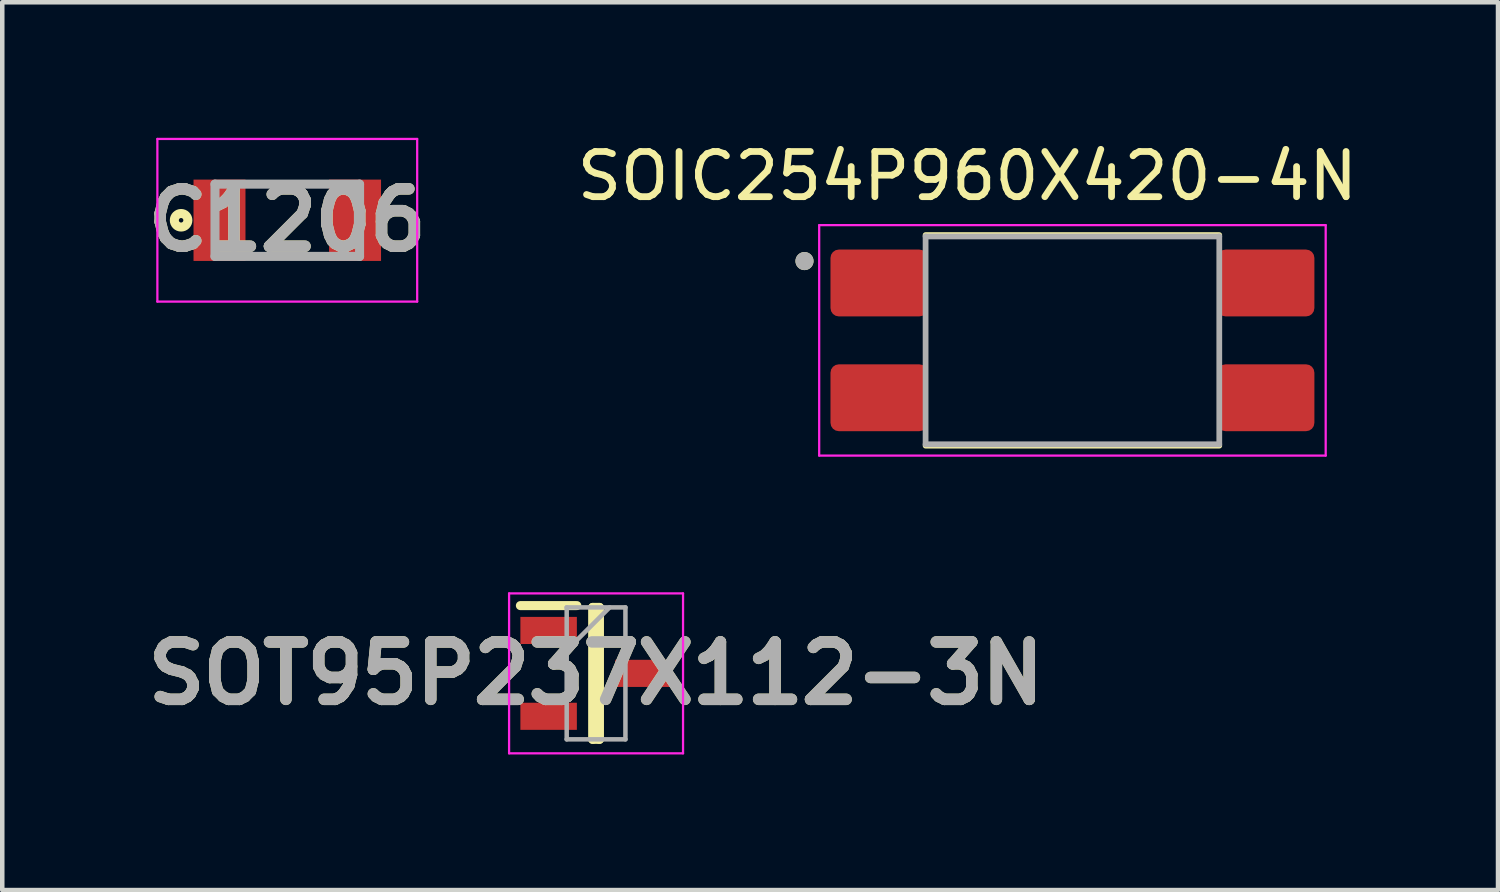
<source format=kicad_pcb>
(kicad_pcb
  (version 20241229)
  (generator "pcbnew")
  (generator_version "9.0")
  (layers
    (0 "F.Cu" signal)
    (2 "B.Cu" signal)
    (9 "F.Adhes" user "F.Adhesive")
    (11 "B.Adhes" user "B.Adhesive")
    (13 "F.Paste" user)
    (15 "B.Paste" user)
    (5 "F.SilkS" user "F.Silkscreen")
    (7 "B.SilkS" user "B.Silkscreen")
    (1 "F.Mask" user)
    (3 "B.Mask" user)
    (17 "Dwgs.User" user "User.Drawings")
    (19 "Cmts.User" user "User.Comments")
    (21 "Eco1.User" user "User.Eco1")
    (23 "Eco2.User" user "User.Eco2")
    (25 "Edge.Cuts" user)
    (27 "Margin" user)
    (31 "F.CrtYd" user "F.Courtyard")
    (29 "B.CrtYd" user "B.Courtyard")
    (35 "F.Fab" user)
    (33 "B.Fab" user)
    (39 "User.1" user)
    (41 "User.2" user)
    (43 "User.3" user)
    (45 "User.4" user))
  (footprint "C1206"
    (layer "F.Cu")
    (at 3.308 1.825)
    (property "Reference" "C1206" (at 0 0 0) (layer "F.SilkS") (effects (font (size 1.27 1.27) (thickness 0.254))))
    (attr smd)
    (fp_circle (center -2.35 0) (end -2.35 0.05) (stroke (width 0.2) (type solid)) (fill no) (layer "F.SilkS"))
    (fp_line (start -2.875 -1.8) (end 2.875 -1.8) (stroke (width 0.05) (type solid)) (layer "F.CrtYd"))
    (fp_line (start -2.875 1.8) (end -2.875 -1.8) (stroke (width 0.05) (type solid)) (layer "F.CrtYd"))
    (fp_line (start 2.875 -1.8) (end 2.875 1.8) (stroke (width 0.05) (type solid)) (layer "F.CrtYd"))
    (fp_line (start 2.875 1.8) (end -2.875 1.8) (stroke (width 0.05) (type solid)) (layer "F.CrtYd"))
    (fp_line (start -1.6 -0.8) (end 1.6 -0.8) (stroke (width 0.2) (type solid)) (layer "F.Fab"))
    (fp_line (start -1.6 0.8) (end -1.6 -0.8) (stroke (width 0.2) (type solid)) (layer "F.Fab"))
    (fp_line (start 1.6 -0.8) (end 1.6 0.8) (stroke (width 0.2) (type solid)) (layer "F.Fab"))
    (fp_line (start 1.6 0.8) (end -1.6 0.8) (stroke (width 0.2) (type solid)) (layer "F.Fab"))
    (fp_text user "${REFERENCE}" (at 0 0 0) (layer "F.Fab") (effects (font (size 1.27 1.27) (thickness 0.254))))
    (pad "1" smd rect (at -1.5 0) (size 1.15 1.8) (layers "F.Cu" "F.Mask" "F.Paste"))
    (pad "2" smd rect (at 1.5 0) (size 1.15 1.8) (layers "F.Cu" "F.Mask" "F.Paste")))
  (footprint "SOIC254P960X420-4N"
    (layer "F.Cu")
    (at 20.685 4.483)
    (property "Reference" "SOIC254P960X420-4N" (at -2.325 -3.635 0) (layer "F.SilkS") (effects (font (size 1 1) (thickness 0.15))))
    (attr smd)
    (fp_line (start -3.25 -2.33) (end 3.25 -2.33) (stroke (width 0.127) (type solid)) (layer "F.SilkS"))
    (fp_line (start -3.25 2.33) (end 3.25 2.33) (stroke (width 0.127) (type solid)) (layer "F.SilkS"))
    (fp_circle (center -5.93 -1.755) (end -5.83 -1.755) (stroke (width 0.2) (type solid)) (fill no) (layer "F.SilkS"))
    (fp_line (start -5.605 -2.55) (end -5.605 2.55) (stroke (width 0.05) (type solid)) (layer "F.CrtYd"))
    (fp_line (start -5.605 -2.55) (end 5.605 -2.55) (stroke (width 0.05) (type solid)) (layer "F.CrtYd"))
    (fp_line (start -5.605 2.55) (end 5.605 2.55) (stroke (width 0.05) (type solid)) (layer "F.CrtYd"))
    (fp_line (start 5.605 -2.55) (end 5.605 2.55) (stroke (width 0.05) (type solid)) (layer "F.CrtYd"))
    (fp_line (start -3.25 -2.3) (end -3.25 2.3) (stroke (width 0.127) (type solid)) (layer "F.Fab"))
    (fp_line (start -3.25 -2.3) (end 3.25 -2.3) (stroke (width 0.127) (type solid)) (layer "F.Fab"))
    (fp_line (start -3.25 2.3) (end 3.25 2.3) (stroke (width 0.127) (type solid)) (layer "F.Fab"))
    (fp_line (start 3.25 -2.3) (end 3.25 2.3) (stroke (width 0.127) (type solid)) (layer "F.Fab"))
    (fp_circle (center -5.93 -1.755) (end -5.83 -1.755) (stroke (width 0.2) (type solid)) (fill no) (layer "F.Fab"))
    (pad "1" smd roundrect (at -4.28 -1.27) (size 2.15 1.48) (layers "F.Cu" "F.Mask" "F.Paste") (roundrect_rratio 0.125))
    (pad "2" smd roundrect (at -4.28 1.27) (size 2.15 1.48) (layers "F.Cu" "F.Mask" "F.Paste") (roundrect_rratio 0.125))
    (pad "3" smd roundrect (at 4.28 1.27) (size 2.15 1.48) (layers "F.Cu" "F.Mask" "F.Paste") (roundrect_rratio 0.125))
    (pad "4" smd roundrect (at 4.28 -1.27) (size 2.15 1.48) (layers "F.Cu" "F.Mask" "F.Paste") (roundrect_rratio 0.125)))
  (footprint "SOT95P237X112-3N"
    (layer "F.Cu")
    (at 10.142 11.853)
    (property "Reference" "SOT95P237X112-3N" (at 0 0 0) (layer "F.SilkS") (effects (font (size 1.27 1.27) (thickness 0.254))))
    (attr smd)
    (fp_line (start -1.675 -1.5) (end -0.425 -1.5) (stroke (width 0.2) (type solid)) (layer "F.SilkS"))
    (fp_line (start -0.075 -1.46) (end 0.075 -1.46) (stroke (width 0.2) (type solid)) (layer "F.SilkS"))
    (fp_line (start -0.075 1.46) (end -0.075 -1.46) (stroke (width 0.2) (type solid)) (layer "F.SilkS"))
    (fp_line (start 0.075 -1.46) (end 0.075 1.46) (stroke (width 0.2) (type solid)) (layer "F.SilkS"))
    (fp_line (start 0.075 1.46) (end -0.075 1.46) (stroke (width 0.2) (type solid)) (layer "F.SilkS"))
    (fp_line (start -1.925 -1.77) (end 1.925 -1.77) (stroke (width 0.05) (type solid)) (layer "F.CrtYd"))
    (fp_line (start -1.925 1.77) (end -1.925 -1.77) (stroke (width 0.05) (type solid)) (layer "F.CrtYd"))
    (fp_line (start 1.925 -1.77) (end 1.925 1.77) (stroke (width 0.05) (type solid)) (layer "F.CrtYd"))
    (fp_line (start 1.925 1.77) (end -1.925 1.77) (stroke (width 0.05) (type solid)) (layer "F.CrtYd"))
    (fp_line (start -0.65 -1.46) (end 0.65 -1.46) (stroke (width 0.1) (type solid)) (layer "F.Fab"))
    (fp_line (start -0.65 -0.51) (end 0.3 -1.46) (stroke (width 0.1) (type solid)) (layer "F.Fab"))
    (fp_line (start -0.65 1.46) (end -0.65 -1.46) (stroke (width 0.1) (type solid)) (layer "F.Fab"))
    (fp_line (start 0.65 -1.46) (end 0.65 1.46) (stroke (width 0.1) (type solid)) (layer "F.Fab"))
    (fp_line (start 0.65 1.46) (end -0.65 1.46) (stroke (width 0.1) (type solid)) (layer "F.Fab"))
    (fp_text user "${REFERENCE}" (at 0 0 0) (layer "F.Fab") (effects (font (size 1.27 1.27) (thickness 0.254))))
    (pad "1" smd rect (at -1.05 -0.95 90) (size 0.6 1.25) (layers "F.Cu" "F.Mask" "F.Paste"))
    (pad "2" smd rect (at -1.05 0.95 90) (size 0.6 1.25) (layers "F.Cu" "F.Mask" "F.Paste"))
    (pad "3" smd rect (at 1.05 0 90) (size 0.6 1.25) (layers "F.Cu" "F.Mask" "F.Paste")))
  (gr_rect
    (start -3 -3)
    (end 30.104 16.648)
    (stroke (width 0.1) (type default))
    (fill no)
    (layer "Edge.Cuts")))
</source>
